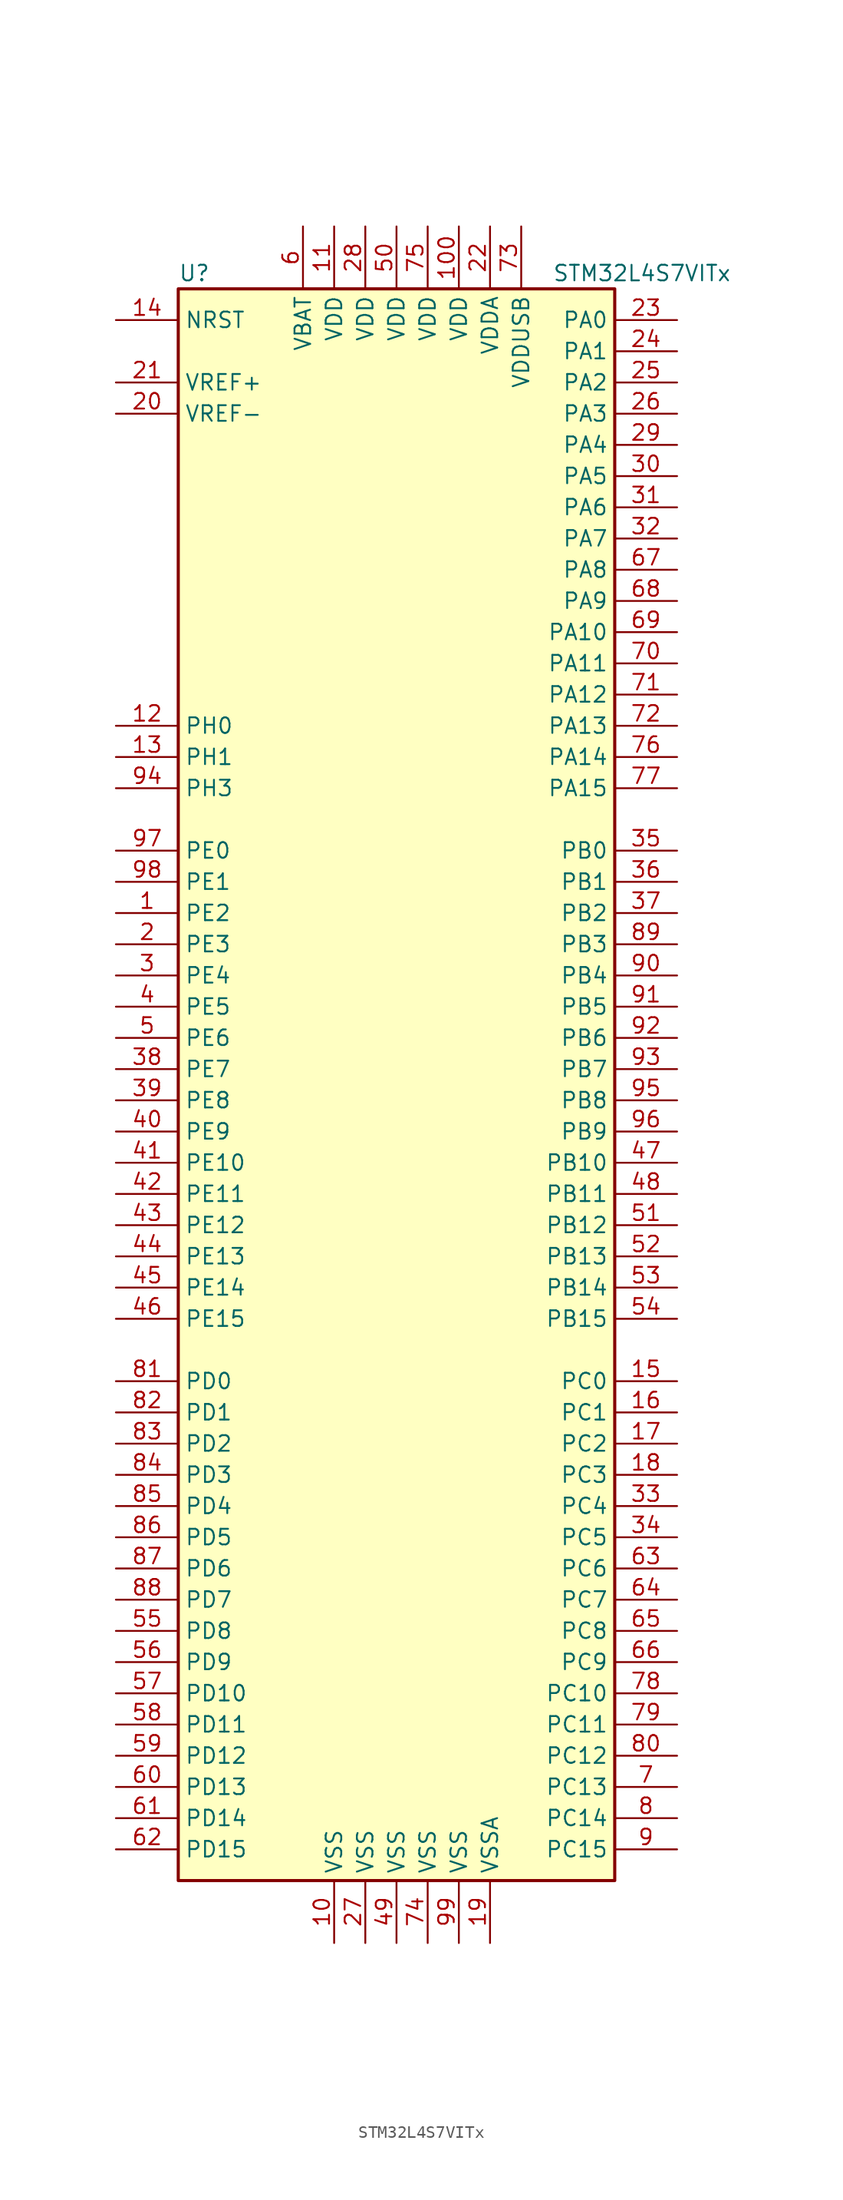
<source format=kicad_sym>
(kicad_symbol_lib
  (version 20220914)
  (generator kicad_symbol_editor)
  (symbol "STM32L4S7VITx"
    (property "Reference" "U"
      (at -17.78 64.77 0)
      (effects (font (size 1.27 1.27)) (justify left)))
    (property "Value" "STM32L4S7VITx"
      (at 12.7 64.77 0)
      (effects (font (size 1.27 1.27)) (justify left)))
    (symbol "STM32L4S7VITx_0_1"
      (rectangle (start -17.78 -66.04) (end 17.78 63.5) (stroke (width 0.254) (type default)) (fill (type background))))
    (symbol "STM32L4S7VITx_1_1"
      (pin bidirectional line (at -22.86 12.7 0) (length 5.08) (name "PE2" (effects (font (size 1.27 1.27)))) (number "1" (effects (font (size 1.27 1.27)))))
      (pin power_in line (at -5.08 -71.12 90) (length 5.08) (name "VSS" (effects (font (size 1.27 1.27)))) (number "10" (effects (font (size 1.27 1.27)))))
      (pin power_in line (at 5.08 68.58 270) (length 5.08) (name "VDD" (effects (font (size 1.27 1.27)))) (number "100" (effects (font (size 1.27 1.27)))))
      (pin power_in line (at -5.08 68.58 270) (length 5.08) (name "VDD" (effects (font (size 1.27 1.27)))) (number "11" (effects (font (size 1.27 1.27)))))
      (pin input line (at -22.86 27.94 0) (length 5.08) (name "PH0" (effects (font (size 1.27 1.27)))) (number "12" (effects (font (size 1.27 1.27)))))
      (pin input line (at -22.86 25.4 0) (length 5.08) (name "PH1" (effects (font (size 1.27 1.27)))) (number "13" (effects (font (size 1.27 1.27)))))
      (pin input line (at -22.86 60.96 0) (length 5.08) (name "NRST" (effects (font (size 1.27 1.27)))) (number "14" (effects (font (size 1.27 1.27)))))
      (pin bidirectional line (at 22.86 -25.4 180) (length 5.08) (name "PC0" (effects (font (size 1.27 1.27)))) (number "15" (effects (font (size 1.27 1.27)))))
      (pin bidirectional line (at 22.86 -27.94 180) (length 5.08) (name "PC1" (effects (font (size 1.27 1.27)))) (number "16" (effects (font (size 1.27 1.27)))))
      (pin bidirectional line (at 22.86 -30.48 180) (length 5.08) (name "PC2" (effects (font (size 1.27 1.27)))) (number "17" (effects (font (size 1.27 1.27)))))
      (pin bidirectional line (at 22.86 -33.02 180) (length 5.08) (name "PC3" (effects (font (size 1.27 1.27)))) (number "18" (effects (font (size 1.27 1.27)))))
      (pin power_in line (at 7.62 -71.12 90) (length 5.08) (name "VSSA" (effects (font (size 1.27 1.27)))) (number "19" (effects (font (size 1.27 1.27)))))
      (pin bidirectional line (at -22.86 10.16 0) (length 5.08) (name "PE3" (effects (font (size 1.27 1.27)))) (number "2" (effects (font (size 1.27 1.27)))))
      (pin power_in line (at -22.86 53.34 0) (length 5.08) (name "VREF-" (effects (font (size 1.27 1.27)))) (number "20" (effects (font (size 1.27 1.27)))))
      (pin bidirectional line (at -22.86 55.88 0) (length 5.08) (name "VREF+" (effects (font (size 1.27 1.27)))) (number "21" (effects (font (size 1.27 1.27)))))
      (pin power_in line (at 7.62 68.58 270) (length 5.08) (name "VDDA" (effects (font (size 1.27 1.27)))) (number "22" (effects (font (size 1.27 1.27)))))
      (pin bidirectional line (at 22.86 60.96 180) (length 5.08) (name "PA0" (effects (font (size 1.27 1.27)))) (number "23" (effects (font (size 1.27 1.27)))))
      (pin bidirectional line (at 22.86 58.42 180) (length 5.08) (name "PA1" (effects (font (size 1.27 1.27)))) (number "24" (effects (font (size 1.27 1.27)))))
      (pin bidirectional line (at 22.86 55.88 180) (length 5.08) (name "PA2" (effects (font (size 1.27 1.27)))) (number "25" (effects (font (size 1.27 1.27)))))
      (pin bidirectional line (at 22.86 53.34 180) (length 5.08) (name "PA3" (effects (font (size 1.27 1.27)))) (number "26" (effects (font (size 1.27 1.27)))))
      (pin power_in line (at -2.54 -71.12 90) (length 5.08) (name "VSS" (effects (font (size 1.27 1.27)))) (number "27" (effects (font (size 1.27 1.27)))))
      (pin power_in line (at -2.54 68.58 270) (length 5.08) (name "VDD" (effects (font (size 1.27 1.27)))) (number "28" (effects (font (size 1.27 1.27)))))
      (pin bidirectional line (at 22.86 50.8 180) (length 5.08) (name "PA4" (effects (font (size 1.27 1.27)))) (number "29" (effects (font (size 1.27 1.27)))))
      (pin bidirectional line (at -22.86 7.62 0) (length 5.08) (name "PE4" (effects (font (size 1.27 1.27)))) (number "3" (effects (font (size 1.27 1.27)))))
      (pin bidirectional line (at 22.86 48.26 180) (length 5.08) (name "PA5" (effects (font (size 1.27 1.27)))) (number "30" (effects (font (size 1.27 1.27)))))
      (pin bidirectional line (at 22.86 45.72 180) (length 5.08) (name "PA6" (effects (font (size 1.27 1.27)))) (number "31" (effects (font (size 1.27 1.27)))))
      (pin bidirectional line (at 22.86 43.18 180) (length 5.08) (name "PA7" (effects (font (size 1.27 1.27)))) (number "32" (effects (font (size 1.27 1.27)))))
      (pin bidirectional line (at 22.86 -35.56 180) (length 5.08) (name "PC4" (effects (font (size 1.27 1.27)))) (number "33" (effects (font (size 1.27 1.27)))))
      (pin bidirectional line (at 22.86 -38.1 180) (length 5.08) (name "PC5" (effects (font (size 1.27 1.27)))) (number "34" (effects (font (size 1.27 1.27)))))
      (pin bidirectional line (at 22.86 17.78 180) (length 5.08) (name "PB0" (effects (font (size 1.27 1.27)))) (number "35" (effects (font (size 1.27 1.27)))))
      (pin bidirectional line (at 22.86 15.24 180) (length 5.08) (name "PB1" (effects (font (size 1.27 1.27)))) (number "36" (effects (font (size 1.27 1.27)))))
      (pin bidirectional line (at 22.86 12.7 180) (length 5.08) (name "PB2" (effects (font (size 1.27 1.27)))) (number "37" (effects (font (size 1.27 1.27)))))
      (pin bidirectional line (at -22.86 0 0) (length 5.08) (name "PE7" (effects (font (size 1.27 1.27)))) (number "38" (effects (font (size 1.27 1.27)))))
      (pin bidirectional line (at -22.86 -2.54 0) (length 5.08) (name "PE8" (effects (font (size 1.27 1.27)))) (number "39" (effects (font (size 1.27 1.27)))))
      (pin bidirectional line (at -22.86 5.08 0) (length 5.08) (name "PE5" (effects (font (size 1.27 1.27)))) (number "4" (effects (font (size 1.27 1.27)))))
      (pin bidirectional line (at -22.86 -5.08 0) (length 5.08) (name "PE9" (effects (font (size 1.27 1.27)))) (number "40" (effects (font (size 1.27 1.27)))))
      (pin bidirectional line (at -22.86 -7.62 0) (length 5.08) (name "PE10" (effects (font (size 1.27 1.27)))) (number "41" (effects (font (size 1.27 1.27)))))
      (pin bidirectional line (at -22.86 -10.16 0) (length 5.08) (name "PE11" (effects (font (size 1.27 1.27)))) (number "42" (effects (font (size 1.27 1.27)))))
      (pin bidirectional line (at -22.86 -12.7 0) (length 5.08) (name "PE12" (effects (font (size 1.27 1.27)))) (number "43" (effects (font (size 1.27 1.27)))))
      (pin bidirectional line (at -22.86 -15.24 0) (length 5.08) (name "PE13" (effects (font (size 1.27 1.27)))) (number "44" (effects (font (size 1.27 1.27)))))
      (pin bidirectional line (at -22.86 -17.78 0) (length 5.08) (name "PE14" (effects (font (size 1.27 1.27)))) (number "45" (effects (font (size 1.27 1.27)))))
      (pin bidirectional line (at -22.86 -20.32 0) (length 5.08) (name "PE15" (effects (font (size 1.27 1.27)))) (number "46" (effects (font (size 1.27 1.27)))))
      (pin bidirectional line (at 22.86 -7.62 180) (length 5.08) (name "PB10" (effects (font (size 1.27 1.27)))) (number "47" (effects (font (size 1.27 1.27)))))
      (pin bidirectional line (at 22.86 -10.16 180) (length 5.08) (name "PB11" (effects (font (size 1.27 1.27)))) (number "48" (effects (font (size 1.27 1.27)))))
      (pin power_in line (at 0 -71.12 90) (length 5.08) (name "VSS" (effects (font (size 1.27 1.27)))) (number "49" (effects (font (size 1.27 1.27)))))
      (pin bidirectional line (at -22.86 2.54 0) (length 5.08) (name "PE6" (effects (font (size 1.27 1.27)))) (number "5" (effects (font (size 1.27 1.27)))))
      (pin power_in line (at 0 68.58 270) (length 5.08) (name "VDD" (effects (font (size 1.27 1.27)))) (number "50" (effects (font (size 1.27 1.27)))))
      (pin bidirectional line (at 22.86 -12.7 180) (length 5.08) (name "PB12" (effects (font (size 1.27 1.27)))) (number "51" (effects (font (size 1.27 1.27)))))
      (pin bidirectional line (at 22.86 -15.24 180) (length 5.08) (name "PB13" (effects (font (size 1.27 1.27)))) (number "52" (effects (font (size 1.27 1.27)))))
      (pin bidirectional line (at 22.86 -17.78 180) (length 5.08) (name "PB14" (effects (font (size 1.27 1.27)))) (number "53" (effects (font (size 1.27 1.27)))))
      (pin bidirectional line (at 22.86 -20.32 180) (length 5.08) (name "PB15" (effects (font (size 1.27 1.27)))) (number "54" (effects (font (size 1.27 1.27)))))
      (pin bidirectional line (at -22.86 -45.72 0) (length 5.08) (name "PD8" (effects (font (size 1.27 1.27)))) (number "55" (effects (font (size 1.27 1.27)))))
      (pin bidirectional line (at -22.86 -48.26 0) (length 5.08) (name "PD9" (effects (font (size 1.27 1.27)))) (number "56" (effects (font (size 1.27 1.27)))))
      (pin bidirectional line (at -22.86 -50.8 0) (length 5.08) (name "PD10" (effects (font (size 1.27 1.27)))) (number "57" (effects (font (size 1.27 1.27)))))
      (pin bidirectional line (at -22.86 -53.34 0) (length 5.08) (name "PD11" (effects (font (size 1.27 1.27)))) (number "58" (effects (font (size 1.27 1.27)))))
      (pin bidirectional line (at -22.86 -55.88 0) (length 5.08) (name "PD12" (effects (font (size 1.27 1.27)))) (number "59" (effects (font (size 1.27 1.27)))))
      (pin power_in line (at -7.62 68.58 270) (length 5.08) (name "VBAT" (effects (font (size 1.27 1.27)))) (number "6" (effects (font (size 1.27 1.27)))))
      (pin bidirectional line (at -22.86 -58.42 0) (length 5.08) (name "PD13" (effects (font (size 1.27 1.27)))) (number "60" (effects (font (size 1.27 1.27)))))
      (pin bidirectional line (at -22.86 -60.96 0) (length 5.08) (name "PD14" (effects (font (size 1.27 1.27)))) (number "61" (effects (font (size 1.27 1.27)))))
      (pin bidirectional line (at -22.86 -63.5 0) (length 5.08) (name "PD15" (effects (font (size 1.27 1.27)))) (number "62" (effects (font (size 1.27 1.27)))))
      (pin bidirectional line (at 22.86 -40.64 180) (length 5.08) (name "PC6" (effects (font (size 1.27 1.27)))) (number "63" (effects (font (size 1.27 1.27)))))
      (pin bidirectional line (at 22.86 -43.18 180) (length 5.08) (name "PC7" (effects (font (size 1.27 1.27)))) (number "64" (effects (font (size 1.27 1.27)))))
      (pin bidirectional line (at 22.86 -45.72 180) (length 5.08) (name "PC8" (effects (font (size 1.27 1.27)))) (number "65" (effects (font (size 1.27 1.27)))))
      (pin bidirectional line (at 22.86 -48.26 180) (length 5.08) (name "PC9" (effects (font (size 1.27 1.27)))) (number "66" (effects (font (size 1.27 1.27)))))
      (pin bidirectional line (at 22.86 40.64 180) (length 5.08) (name "PA8" (effects (font (size 1.27 1.27)))) (number "67" (effects (font (size 1.27 1.27)))))
      (pin bidirectional line (at 22.86 38.1 180) (length 5.08) (name "PA9" (effects (font (size 1.27 1.27)))) (number "68" (effects (font (size 1.27 1.27)))))
      (pin bidirectional line (at 22.86 35.56 180) (length 5.08) (name "PA10" (effects (font (size 1.27 1.27)))) (number "69" (effects (font (size 1.27 1.27)))))
      (pin bidirectional line (at 22.86 -58.42 180) (length 5.08) (name "PC13" (effects (font (size 1.27 1.27)))) (number "7" (effects (font (size 1.27 1.27)))))
      (pin bidirectional line (at 22.86 33.02 180) (length 5.08) (name "PA11" (effects (font (size 1.27 1.27)))) (number "70" (effects (font (size 1.27 1.27)))))
      (pin bidirectional line (at 22.86 30.48 180) (length 5.08) (name "PA12" (effects (font (size 1.27 1.27)))) (number "71" (effects (font (size 1.27 1.27)))))
      (pin bidirectional line (at 22.86 27.94 180) (length 5.08) (name "PA13" (effects (font (size 1.27 1.27)))) (number "72" (effects (font (size 1.27 1.27)))))
      (pin power_in line (at 10.16 68.58 270) (length 5.08) (name "VDDUSB" (effects (font (size 1.27 1.27)))) (number "73" (effects (font (size 1.27 1.27)))))
      (pin power_in line (at 2.54 -71.12 90) (length 5.08) (name "VSS" (effects (font (size 1.27 1.27)))) (number "74" (effects (font (size 1.27 1.27)))))
      (pin power_in line (at 2.54 68.58 270) (length 5.08) (name "VDD" (effects (font (size 1.27 1.27)))) (number "75" (effects (font (size 1.27 1.27)))))
      (pin bidirectional line (at 22.86 25.4 180) (length 5.08) (name "PA14" (effects (font (size 1.27 1.27)))) (number "76" (effects (font (size 1.27 1.27)))))
      (pin bidirectional line (at 22.86 22.86 180) (length 5.08) (name "PA15" (effects (font (size 1.27 1.27)))) (number "77" (effects (font (size 1.27 1.27)))))
      (pin bidirectional line (at 22.86 -50.8 180) (length 5.08) (name "PC10" (effects (font (size 1.27 1.27)))) (number "78" (effects (font (size 1.27 1.27)))))
      (pin bidirectional line (at 22.86 -53.34 180) (length 5.08) (name "PC11" (effects (font (size 1.27 1.27)))) (number "79" (effects (font (size 1.27 1.27)))))
      (pin bidirectional line (at 22.86 -60.96 180) (length 5.08) (name "PC14" (effects (font (size 1.27 1.27)))) (number "8" (effects (font (size 1.27 1.27)))))
      (pin bidirectional line (at 22.86 -55.88 180) (length 5.08) (name "PC12" (effects (font (size 1.27 1.27)))) (number "80" (effects (font (size 1.27 1.27)))))
      (pin bidirectional line (at -22.86 -25.4 0) (length 5.08) (name "PD0" (effects (font (size 1.27 1.27)))) (number "81" (effects (font (size 1.27 1.27)))))
      (pin bidirectional line (at -22.86 -27.94 0) (length 5.08) (name "PD1" (effects (font (size 1.27 1.27)))) (number "82" (effects (font (size 1.27 1.27)))))
      (pin bidirectional line (at -22.86 -30.48 0) (length 5.08) (name "PD2" (effects (font (size 1.27 1.27)))) (number "83" (effects (font (size 1.27 1.27)))))
      (pin bidirectional line (at -22.86 -33.02 0) (length 5.08) (name "PD3" (effects (font (size 1.27 1.27)))) (number "84" (effects (font (size 1.27 1.27)))))
      (pin bidirectional line (at -22.86 -35.56 0) (length 5.08) (name "PD4" (effects (font (size 1.27 1.27)))) (number "85" (effects (font (size 1.27 1.27)))))
      (pin bidirectional line (at -22.86 -38.1 0) (length 5.08) (name "PD5" (effects (font (size 1.27 1.27)))) (number "86" (effects (font (size 1.27 1.27)))))
      (pin bidirectional line (at -22.86 -40.64 0) (length 5.08) (name "PD6" (effects (font (size 1.27 1.27)))) (number "87" (effects (font (size 1.27 1.27)))))
      (pin bidirectional line (at -22.86 -43.18 0) (length 5.08) (name "PD7" (effects (font (size 1.27 1.27)))) (number "88" (effects (font (size 1.27 1.27)))))
      (pin bidirectional line (at 22.86 10.16 180) (length 5.08) (name "PB3" (effects (font (size 1.27 1.27)))) (number "89" (effects (font (size 1.27 1.27)))))
      (pin bidirectional line (at 22.86 -63.5 180) (length 5.08) (name "PC15" (effects (font (size 1.27 1.27)))) (number "9" (effects (font (size 1.27 1.27)))))
      (pin bidirectional line (at 22.86 7.62 180) (length 5.08) (name "PB4" (effects (font (size 1.27 1.27)))) (number "90" (effects (font (size 1.27 1.27)))))
      (pin bidirectional line (at 22.86 5.08 180) (length 5.08) (name "PB5" (effects (font (size 1.27 1.27)))) (number "91" (effects (font (size 1.27 1.27)))))
      (pin bidirectional line (at 22.86 2.54 180) (length 5.08) (name "PB6" (effects (font (size 1.27 1.27)))) (number "92" (effects (font (size 1.27 1.27)))))
      (pin bidirectional line (at 22.86 0 180) (length 5.08) (name "PB7" (effects (font (size 1.27 1.27)))) (number "93" (effects (font (size 1.27 1.27)))))
      (pin bidirectional line (at -22.86 22.86 0) (length 5.08) (name "PH3" (effects (font (size 1.27 1.27)))) (number "94" (effects (font (size 1.27 1.27)))))
      (pin bidirectional line (at 22.86 -2.54 180) (length 5.08) (name "PB8" (effects (font (size 1.27 1.27)))) (number "95" (effects (font (size 1.27 1.27)))))
      (pin bidirectional line (at 22.86 -5.08 180) (length 5.08) (name "PB9" (effects (font (size 1.27 1.27)))) (number "96" (effects (font (size 1.27 1.27)))))
      (pin bidirectional line (at -22.86 17.78 0) (length 5.08) (name "PE0" (effects (font (size 1.27 1.27)))) (number "97" (effects (font (size 1.27 1.27)))))
      (pin bidirectional line (at -22.86 15.24 0) (length 5.08) (name "PE1" (effects (font (size 1.27 1.27)))) (number "98" (effects (font (size 1.27 1.27)))))
      (pin power_in line (at 5.08 -71.12 90) (length 5.08) (name "VSS" (effects (font (size 1.27 1.27)))) (number "99" (effects (font (size 1.27 1.27))))))))
</source>
